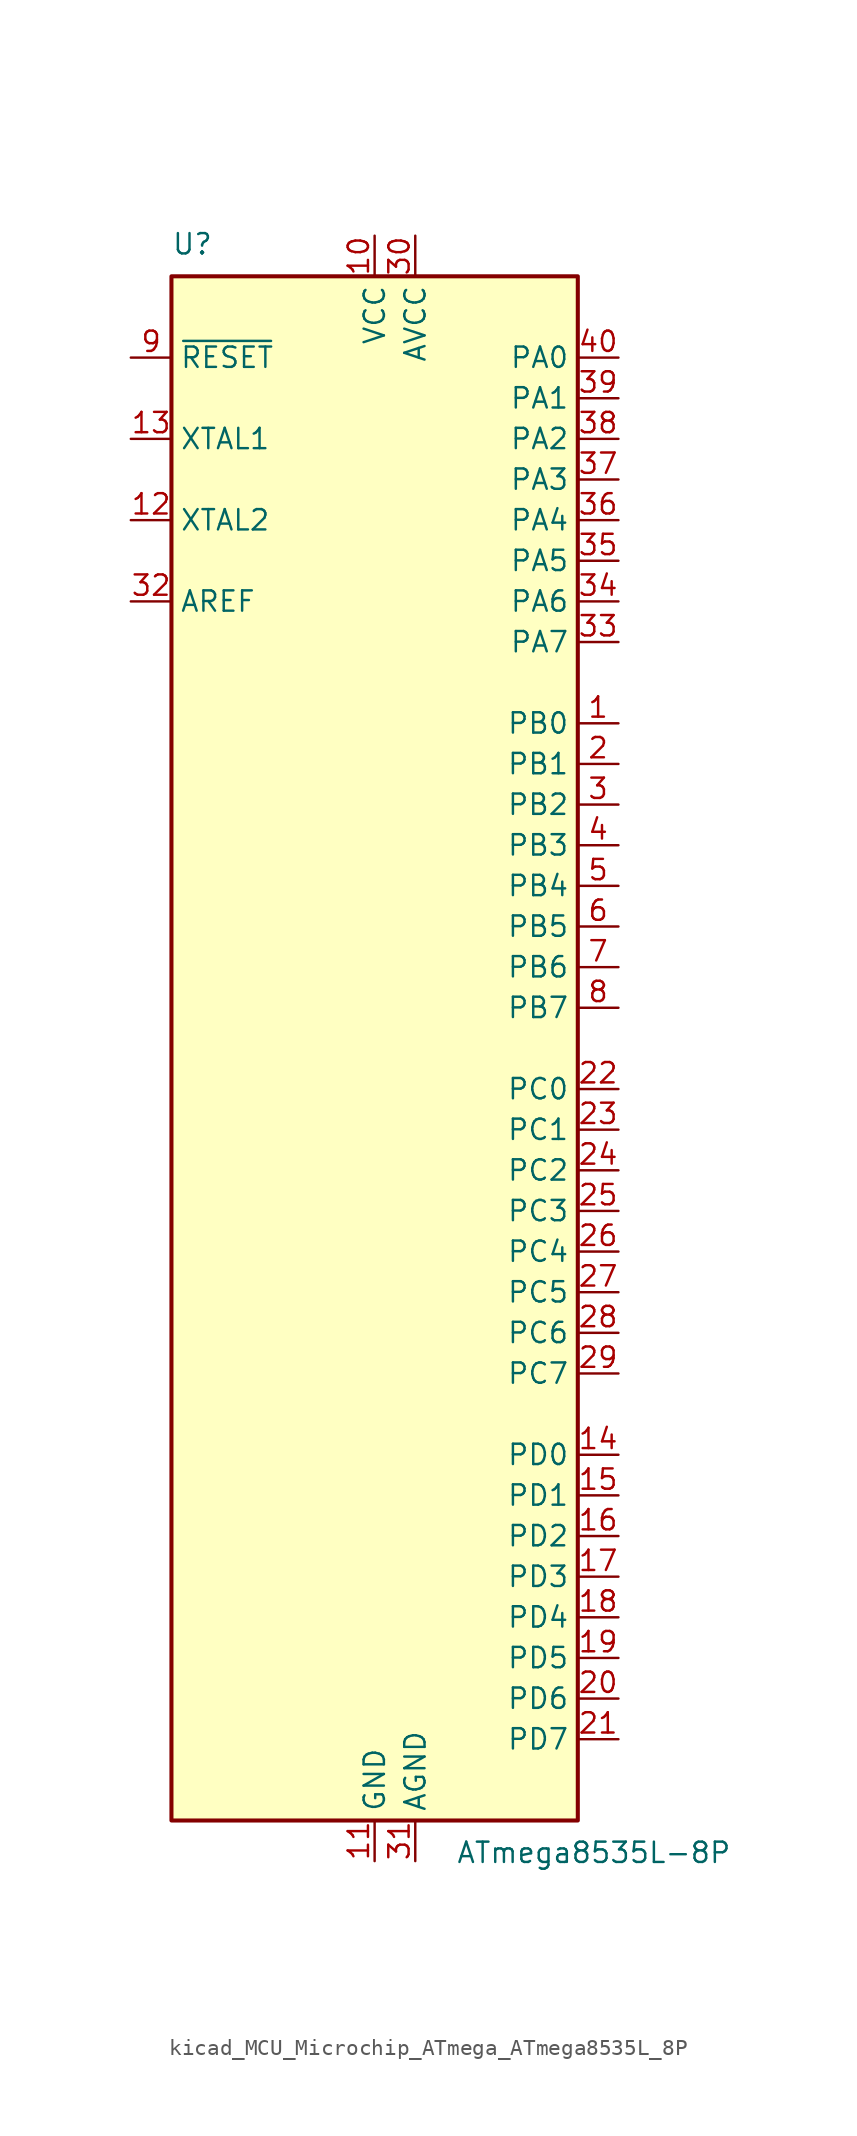
<source format=kicad_sym>
(kicad_symbol_lib
  (version 20220914)
  (generator kicad_symbol_editor)
  (symbol "kicad_MCU_Microchip_ATmega_ATmega8535L_8P"
    (property "Reference" "U"
      (at -12.7 49.53 0)
      (effects (font (size 1.27 1.27)) (justify left bottom)))
    (property "Value" "ATmega8535L-8P"
      (at 5.08 -49.53 0)
      (effects (font (size 1.27 1.27)) (justify left top)))
    (symbol "kicad_MCU_Microchip_ATmega_ATmega8535L_8P_0_1"
      (rectangle (start -12.7 -48.26) (end 12.7 48.26) (stroke (width 0.254) (type default)) (fill (type background))))
    (symbol "kicad_MCU_Microchip_ATmega_ATmega8535L_8P_1_1"
      (pin bidirectional line (at 15.24 20.32 180) (length 2.54) (name "PB0" (effects (font (size 1.27 1.27)))) (number "1" (effects (font (size 1.27 1.27)))))
      (pin power_in line (at 0 50.8 270) (length 2.54) (name "VCC" (effects (font (size 1.27 1.27)))) (number "10" (effects (font (size 1.27 1.27)))))
      (pin power_in line (at 0 -50.8 90) (length 2.54) (name "GND" (effects (font (size 1.27 1.27)))) (number "11" (effects (font (size 1.27 1.27)))))
      (pin output line (at -15.24 33.02 0) (length 2.54) (name "XTAL2" (effects (font (size 1.27 1.27)))) (number "12" (effects (font (size 1.27 1.27)))))
      (pin input line (at -15.24 38.1 0) (length 2.54) (name "XTAL1" (effects (font (size 1.27 1.27)))) (number "13" (effects (font (size 1.27 1.27)))))
      (pin bidirectional line (at 15.24 -25.4 180) (length 2.54) (name "PD0" (effects (font (size 1.27 1.27)))) (number "14" (effects (font (size 1.27 1.27)))))
      (pin bidirectional line (at 15.24 -27.94 180) (length 2.54) (name "PD1" (effects (font (size 1.27 1.27)))) (number "15" (effects (font (size 1.27 1.27)))))
      (pin bidirectional line (at 15.24 -30.48 180) (length 2.54) (name "PD2" (effects (font (size 1.27 1.27)))) (number "16" (effects (font (size 1.27 1.27)))))
      (pin bidirectional line (at 15.24 -33.02 180) (length 2.54) (name "PD3" (effects (font (size 1.27 1.27)))) (number "17" (effects (font (size 1.27 1.27)))))
      (pin bidirectional line (at 15.24 -35.56 180) (length 2.54) (name "PD4" (effects (font (size 1.27 1.27)))) (number "18" (effects (font (size 1.27 1.27)))))
      (pin bidirectional line (at 15.24 -38.1 180) (length 2.54) (name "PD5" (effects (font (size 1.27 1.27)))) (number "19" (effects (font (size 1.27 1.27)))))
      (pin bidirectional line (at 15.24 17.78 180) (length 2.54) (name "PB1" (effects (font (size 1.27 1.27)))) (number "2" (effects (font (size 1.27 1.27)))))
      (pin bidirectional line (at 15.24 -40.64 180) (length 2.54) (name "PD6" (effects (font (size 1.27 1.27)))) (number "20" (effects (font (size 1.27 1.27)))))
      (pin bidirectional line (at 15.24 -43.18 180) (length 2.54) (name "PD7" (effects (font (size 1.27 1.27)))) (number "21" (effects (font (size 1.27 1.27)))))
      (pin bidirectional line (at 15.24 -2.54 180) (length 2.54) (name "PC0" (effects (font (size 1.27 1.27)))) (number "22" (effects (font (size 1.27 1.27)))))
      (pin bidirectional line (at 15.24 -5.08 180) (length 2.54) (name "PC1" (effects (font (size 1.27 1.27)))) (number "23" (effects (font (size 1.27 1.27)))))
      (pin bidirectional line (at 15.24 -7.62 180) (length 2.54) (name "PC2" (effects (font (size 1.27 1.27)))) (number "24" (effects (font (size 1.27 1.27)))))
      (pin bidirectional line (at 15.24 -10.16 180) (length 2.54) (name "PC3" (effects (font (size 1.27 1.27)))) (number "25" (effects (font (size 1.27 1.27)))))
      (pin bidirectional line (at 15.24 -12.7 180) (length 2.54) (name "PC4" (effects (font (size 1.27 1.27)))) (number "26" (effects (font (size 1.27 1.27)))))
      (pin bidirectional line (at 15.24 -15.24 180) (length 2.54) (name "PC5" (effects (font (size 1.27 1.27)))) (number "27" (effects (font (size 1.27 1.27)))))
      (pin bidirectional line (at 15.24 -17.78 180) (length 2.54) (name "PC6" (effects (font (size 1.27 1.27)))) (number "28" (effects (font (size 1.27 1.27)))))
      (pin bidirectional line (at 15.24 -20.32 180) (length 2.54) (name "PC7" (effects (font (size 1.27 1.27)))) (number "29" (effects (font (size 1.27 1.27)))))
      (pin bidirectional line (at 15.24 15.24 180) (length 2.54) (name "PB2" (effects (font (size 1.27 1.27)))) (number "3" (effects (font (size 1.27 1.27)))))
      (pin power_in line (at 2.54 50.8 270) (length 2.54) (name "AVCC" (effects (font (size 1.27 1.27)))) (number "30" (effects (font (size 1.27 1.27)))))
      (pin power_in line (at 2.54 -50.8 90) (length 2.54) (name "AGND" (effects (font (size 1.27 1.27)))) (number "31" (effects (font (size 1.27 1.27)))))
      (pin passive line (at -15.24 27.94 0) (length 2.54) (name "AREF" (effects (font (size 1.27 1.27)))) (number "32" (effects (font (size 1.27 1.27)))))
      (pin bidirectional line (at 15.24 25.4 180) (length 2.54) (name "PA7" (effects (font (size 1.27 1.27)))) (number "33" (effects (font (size 1.27 1.27)))))
      (pin bidirectional line (at 15.24 27.94 180) (length 2.54) (name "PA6" (effects (font (size 1.27 1.27)))) (number "34" (effects (font (size 1.27 1.27)))))
      (pin bidirectional line (at 15.24 30.48 180) (length 2.54) (name "PA5" (effects (font (size 1.27 1.27)))) (number "35" (effects (font (size 1.27 1.27)))))
      (pin bidirectional line (at 15.24 33.02 180) (length 2.54) (name "PA4" (effects (font (size 1.27 1.27)))) (number "36" (effects (font (size 1.27 1.27)))))
      (pin bidirectional line (at 15.24 35.56 180) (length 2.54) (name "PA3" (effects (font (size 1.27 1.27)))) (number "37" (effects (font (size 1.27 1.27)))))
      (pin bidirectional line (at 15.24 38.1 180) (length 2.54) (name "PA2" (effects (font (size 1.27 1.27)))) (number "38" (effects (font (size 1.27 1.27)))))
      (pin bidirectional line (at 15.24 40.64 180) (length 2.54) (name "PA1" (effects (font (size 1.27 1.27)))) (number "39" (effects (font (size 1.27 1.27)))))
      (pin bidirectional line (at 15.24 12.7 180) (length 2.54) (name "PB3" (effects (font (size 1.27 1.27)))) (number "4" (effects (font (size 1.27 1.27)))))
      (pin bidirectional line (at 15.24 43.18 180) (length 2.54) (name "PA0" (effects (font (size 1.27 1.27)))) (number "40" (effects (font (size 1.27 1.27)))))
      (pin bidirectional line (at 15.24 10.16 180) (length 2.54) (name "PB4" (effects (font (size 1.27 1.27)))) (number "5" (effects (font (size 1.27 1.27)))))
      (pin bidirectional line (at 15.24 7.62 180) (length 2.54) (name "PB5" (effects (font (size 1.27 1.27)))) (number "6" (effects (font (size 1.27 1.27)))))
      (pin bidirectional line (at 15.24 5.08 180) (length 2.54) (name "PB6" (effects (font (size 1.27 1.27)))) (number "7" (effects (font (size 1.27 1.27)))))
      (pin bidirectional line (at 15.24 2.54 180) (length 2.54) (name "PB7" (effects (font (size 1.27 1.27)))) (number "8" (effects (font (size 1.27 1.27)))))
      (pin input line (at -15.24 43.18 0) (length 2.54) (name "~{RESET}" (effects (font (size 1.27 1.27)))) (number "9" (effects (font (size 1.27 1.27))))))))
</source>
